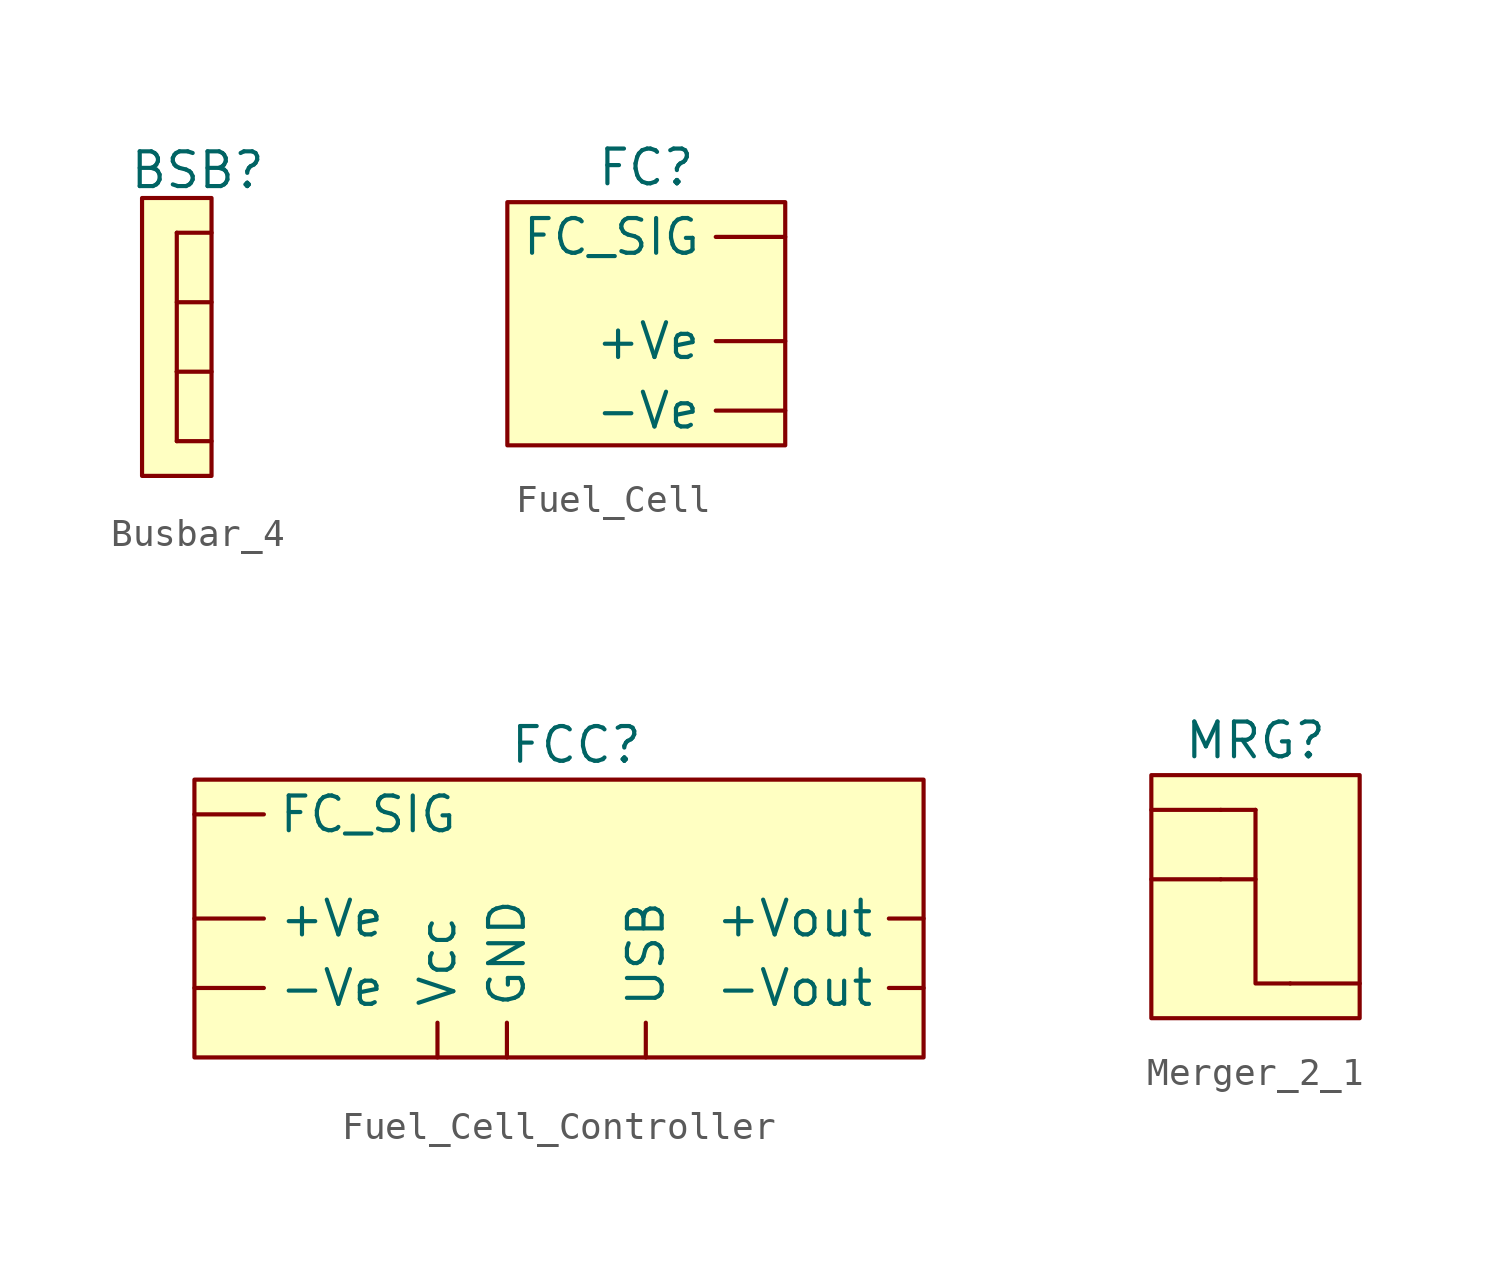
<source format=kicad_sym>
(kicad_symbol_lib
  (version 20231120)
  (generator "kicad_symbol_editor")
  (generator_version "8.0")
  (symbol "Busbar_4"
    (property "Reference" "BSB"
      (at -0.508 -0.254 0)
      (effects (font (size 1.27 1.27))))
    (property "Value" ""
      (at 0 -1.27 0)
      (effects (font (size 1.27 1.27))))
    (symbol "Busbar_4_0_1"
      (polyline (pts (xy -1.27 -7.62) (xy -1.27 -10.16)) (stroke (width 0) (type default)) (fill (type none)))
      (polyline (pts (xy -1.27 -2.54) (xy -1.27 -7.62)) (stroke (width 0) (type default)) (fill (type none))))
    (symbol "Busbar_4_1_1"
      (rectangle (start -2.54 -1.27) (end 0 -11.43) (stroke (width 0) (type default)) (fill (type background)))
      (pin passive line (at 0 -10.16 180) (length 1.27) (name "" (effects (font (size 1.27 1.27)))) (number "" (effects (font (size 1.27 1.27)))))
      (pin passive line (at 0 -7.62 180) (length 1.27) (name "" (effects (font (size 1.27 1.27)))) (number "" (effects (font (size 1.27 1.27)))))
      (pin passive line (at 0 -5.08 180) (length 1.27) (name "" (effects (font (size 1.27 1.27)))) (number "" (effects (font (size 1.27 1.27)))))
      (pin passive line (at 0 -2.54 180) (length 1.27) (name "" (effects (font (size 1.27 1.27)))) (number "" (effects (font (size 1.27 1.27)))))))
  (symbol "Fuel_Cell"
    (property "Reference" "FC"
      (at 0 0 0)
      (effects (font (size 1.27 1.27))))
    (property "Value" ""
      (at -7.62 0 0)
      (effects (font (size 1.27 1.27))))
    (symbol "Fuel_Cell_1_1"
      (rectangle (start -5.08 -1.27) (end 5.08 -10.16) (stroke (width 0) (type default)) (fill (type background)))
      (pin power_out line (at 5.08 -6.35 180) (length 2.54) (name "+Ve" (effects (font (size 1.27 1.27)))) (number "" (effects (font (size 1.27 1.27)))))
      (pin power_out line (at 5.08 -8.89 180) (length 2.54) (name "-Ve" (effects (font (size 1.27 1.27)))) (number "" (effects (font (size 1.27 1.27)))))
      (pin input line (at 5.08 -2.54 180) (length 2.54) (name "FC_SIG" (effects (font (size 1.27 1.27)))) (number "" (effects (font (size 1.27 1.27)))))))
  (symbol "Fuel_Cell_Controller"
    (property "Reference" "FCC"
      (at 0 0 0)
      (effects (font (size 1.27 1.27))))
    (property "Value" ""
      (at 0 0 0)
      (effects (font (size 1.27 1.27))))
    (symbol "Fuel_Cell_Controller_1_1"
      (rectangle (start -13.97 -1.27) (end 12.7 -11.43) (stroke (width 0) (type default)) (fill (type background)))
      (pin power_in line (at -13.97 -6.35 0) (length 2.54) (name "+Ve" (effects (font (size 1.27 1.27)))) (number "" (effects (font (size 1.27 1.27)))))
      (pin power_out line (at 12.7 -6.35 180) (length 1.27) (name "+Vout" (effects (font (size 1.27 1.27)))) (number "" (effects (font (size 1.27 1.27)))))
      (pin power_in line (at -13.97 -8.89 0) (length 2.54) (name "-Ve" (effects (font (size 1.27 1.27)))) (number "" (effects (font (size 1.27 1.27)))))
      (pin power_out line (at 12.7 -8.89 180) (length 1.27) (name "-Vout" (effects (font (size 1.27 1.27)))) (number "" (effects (font (size 1.27 1.27)))))
      (pin output line (at -13.97 -2.54 0) (length 2.54) (name "FC_SIG" (effects (font (size 1.27 1.27)))) (number "" (effects (font (size 1.27 1.27)))))
      (pin power_in line (at -2.54 -11.43 90) (length 1.27) (name "GND" (effects (font (size 1.27 1.27)))) (number "" (effects (font (size 1.27 1.27)))))
      (pin bidirectional line (at 2.54 -11.43 90) (length 1.27) (name "USB" (effects (font (size 1.27 1.27)))) (number "" (effects (font (size 1.27 1.27)))))
      (pin power_in line (at -5.08 -11.43 90) (length 1.27) (name "Vcc" (effects (font (size 1.27 1.27)))) (number "" (effects (font (size 1.27 1.27)))))))
  (symbol "Merger_2_1"
    (property "Reference" "MRG"
      (at 0 0 0)
      (effects (font (size 1.27 1.27))))
    (property "Value" ""
      (at 0 0 0)
      (effects (font (size 1.27 1.27))))
    (symbol "Merger_2_1_0_1"
      (polyline (pts (xy -1.27 -5.08) (xy 0 -5.08)) (stroke (width 0) (type default)) (fill (type none)))
      (polyline (pts (xy -1.27 -2.54) (xy 0 -2.54)) (stroke (width 0) (type default)) (fill (type none)))
      (polyline (pts (xy 0 -2.54) (xy 0 -8.89) (xy 1.27 -8.89)) (stroke (width 0) (type default)) (fill (type none))))
    (symbol "Merger_2_1_1_1"
      (rectangle (start -3.81 -1.27) (end 3.81 -10.16) (stroke (width 0) (type default)) (fill (type background)))
      (pin passive line (at -3.81 -5.08 0) (length 2.54) (name "" (effects (font (size 1.27 1.27)))) (number "" (effects (font (size 1.27 1.27)))))
      (pin passive line (at -3.81 -2.54 0) (length 2.54) (name "" (effects (font (size 1.27 1.27)))) (number "" (effects (font (size 1.27 1.27)))))
      (pin passive line (at 3.81 -8.89 180) (length 2.54) (name "" (effects (font (size 1.27 1.27)))) (number "" (effects (font (size 1.27 1.27))))))))
</source>
